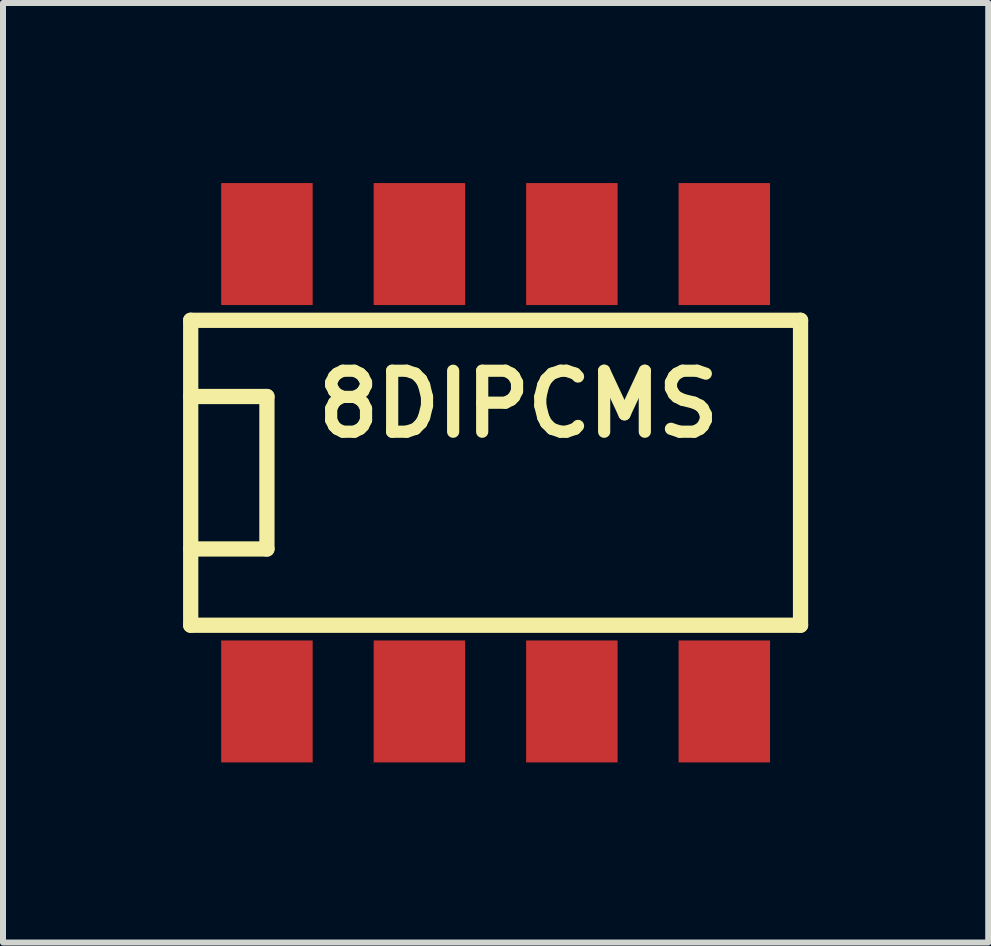
<source format=kicad_pcb>
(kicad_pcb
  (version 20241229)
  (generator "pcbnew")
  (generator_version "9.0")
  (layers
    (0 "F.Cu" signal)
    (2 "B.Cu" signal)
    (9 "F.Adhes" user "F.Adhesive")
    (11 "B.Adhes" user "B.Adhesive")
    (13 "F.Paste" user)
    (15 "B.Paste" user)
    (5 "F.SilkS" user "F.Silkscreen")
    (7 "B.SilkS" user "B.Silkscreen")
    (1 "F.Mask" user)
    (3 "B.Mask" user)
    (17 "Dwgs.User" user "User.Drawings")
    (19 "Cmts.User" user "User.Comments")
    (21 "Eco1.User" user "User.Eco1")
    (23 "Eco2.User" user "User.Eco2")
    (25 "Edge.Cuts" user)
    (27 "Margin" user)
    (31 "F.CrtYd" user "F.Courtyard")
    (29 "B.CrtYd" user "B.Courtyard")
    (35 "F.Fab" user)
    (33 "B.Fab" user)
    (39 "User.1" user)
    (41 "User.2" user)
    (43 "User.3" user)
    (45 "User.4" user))
  (footprint "8DIPCMS"
    (layer "F.Cu")
    (at 5.207 4.826)
    (property "Reference" "8DIPCMS" (at 0.381 -1.143 0) (layer "F.SilkS") (effects (font (size 1.016 1.016) (thickness 0.203))))
    (attr smd)
    (fp_line (start -5.08 -2.54) (end -5.08 2.54) (stroke (width 0.254) (type solid)) (layer "F.SilkS"))
    (fp_line (start -5.08 -1.27) (end -3.81 -1.27) (stroke (width 0.254) (type solid)) (layer "F.SilkS"))
    (fp_line (start -5.08 2.54) (end 5.08 2.54) (stroke (width 0.254) (type solid)) (layer "F.SilkS"))
    (fp_line (start -3.81 -1.27) (end -3.81 1.27) (stroke (width 0.254) (type solid)) (layer "F.SilkS"))
    (fp_line (start -3.81 1.27) (end -5.08 1.27) (stroke (width 0.254) (type solid)) (layer "F.SilkS"))
    (fp_line (start 5.08 -2.54) (end -5.08 -2.54) (stroke (width 0.254) (type solid)) (layer "F.SilkS"))
    (fp_line (start 5.08 2.54) (end 5.08 -2.54) (stroke (width 0.254) (type solid)) (layer "F.SilkS"))
    (pad "1" smd rect (at -3.81 3.81) (size 1.524 2.032) (layers "F.Cu" "F.Mask" "F.Paste"))
    (pad "2" smd rect (at -1.27 3.81) (size 1.524 2.032) (layers "F.Cu" "F.Mask" "F.Paste"))
    (pad "3" smd rect (at 1.27 3.81) (size 1.524 2.032) (layers "F.Cu" "F.Mask" "F.Paste"))
    (pad "4" smd rect (at 3.81 3.81) (size 1.524 2.032) (layers "F.Cu" "F.Mask" "F.Paste"))
    (pad "5" smd rect (at 3.81 -3.81) (size 1.524 2.032) (layers "F.Cu" "F.Mask" "F.Paste"))
    (pad "6" smd rect (at 1.27 -3.81) (size 1.524 2.032) (layers "F.Cu" "F.Mask" "F.Paste"))
    (pad "7" smd rect (at -1.27 -3.81) (size 1.524 2.032) (layers "F.Cu" "F.Mask" "F.Paste"))
    (pad "8" smd rect (at -3.81 -3.81) (size 1.524 2.032) (layers "F.Cu" "F.Mask" "F.Paste")))
  (gr_rect
    (start -3 -3)
    (end 13.414 12.652)
    (stroke (width 0.1) (type default))
    (fill no)
    (layer "Edge.Cuts")))
</source>
